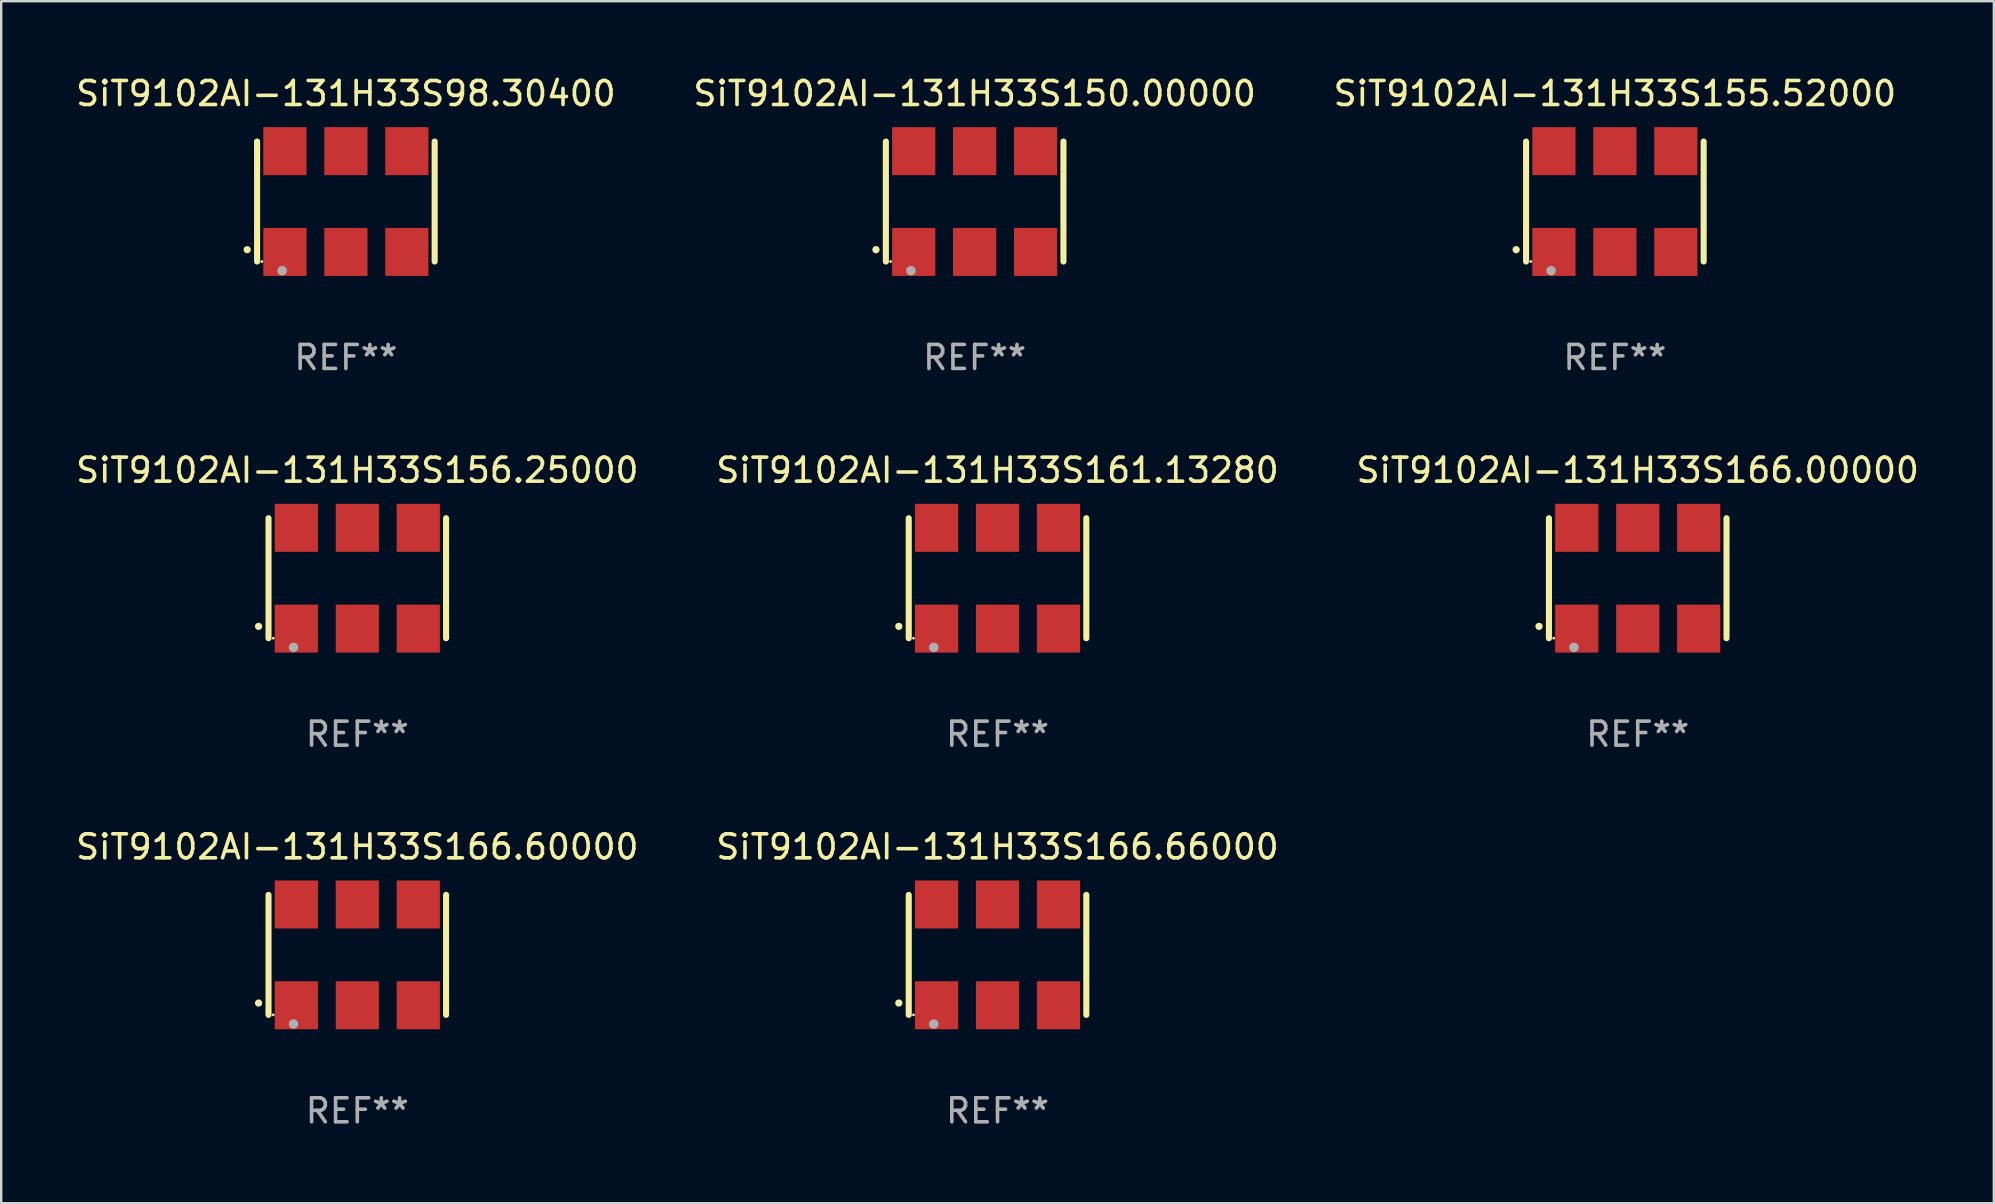
<source format=kicad_pcb>
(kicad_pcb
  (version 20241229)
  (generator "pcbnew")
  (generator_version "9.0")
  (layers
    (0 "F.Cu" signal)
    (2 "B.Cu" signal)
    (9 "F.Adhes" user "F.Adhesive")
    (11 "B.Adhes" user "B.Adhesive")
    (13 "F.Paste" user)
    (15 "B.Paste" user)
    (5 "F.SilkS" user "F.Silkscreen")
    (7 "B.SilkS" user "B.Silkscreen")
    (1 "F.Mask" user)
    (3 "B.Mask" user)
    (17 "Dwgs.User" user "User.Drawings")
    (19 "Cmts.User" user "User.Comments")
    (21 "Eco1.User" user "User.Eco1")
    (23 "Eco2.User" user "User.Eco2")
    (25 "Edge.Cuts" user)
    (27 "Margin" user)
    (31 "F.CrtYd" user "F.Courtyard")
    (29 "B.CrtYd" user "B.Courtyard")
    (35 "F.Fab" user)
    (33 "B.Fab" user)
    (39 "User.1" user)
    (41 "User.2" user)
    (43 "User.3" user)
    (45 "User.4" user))
  (footprint "SiT9102AI-131H33S155.52000"
    (layer "F.Cu")
    (at 64.244 5.348)
    (property "Reference" "SiT9102AI-131H33S155.52000" (at 0 -4.5 0) (layer "F.SilkS") (effects (font (size 1 1) (thickness 0.15))))
    (attr through_hole)
    (fp_line (start -3.7 -2.5) (end -3.7 2.5) (stroke (width 0.254) (type solid)) (layer "F.SilkS"))
    (fp_line (start 3.7 -2.5) (end 3.7 2.5) (stroke (width 0.254) (type solid)) (layer "F.SilkS"))
    (fp_arc (start -4.114415 2.006604) (mid -4.113145 2.006599) (end -4.111875 2.006604) (stroke (width 0.3) (type solid)) (layer "F.SilkS"))
    (fp_circle (center -3.502 2.5) (end -3.472 2.5) (stroke (width 0.06) (type solid)) (fill no) (layer "F.SilkS"))
    (fp_circle (center -2.657 2.882) (end -2.557 2.882) (stroke (width 0.2) (type solid)) (fill no) (layer "F.Fab"))
    (fp_text user "REF**" (at 0 6.5 0) (layer "F.Fab") (effects (font (size 1 1) (thickness 0.15))))
    (pad "1" smd rect (at -2.54 2.1) (size 1.8 2) (layers "F.Cu" "F.Mask" "F.Paste"))
    (pad "2" smd rect (at 0.000394 2.1) (size 1.8 2) (layers "F.Cu" "F.Mask" "F.Paste"))
    (pad "3" smd rect (at 2.54 2.1) (size 1.8 2) (layers "F.Cu" "F.Mask" "F.Paste"))
    (pad "4" smd rect (at 2.54 -2.1) (size 1.8 2) (layers "F.Cu" "F.Mask" "F.Paste"))
    (pad "5" smd rect (at 0.000394 -2.1) (size 1.8 2) (layers "F.Cu" "F.Mask" "F.Paste"))
    (pad "6" smd rect (at -2.54 -2.1) (size 1.8 2) (layers "F.Cu" "F.Mask" "F.Paste")))
  (footprint "SiT9102AI-131H33S98.30400"
    (layer "F.Cu")
    (at 11.363 5.348)
    (property "Reference" "SiT9102AI-131H33S98.30400" (at 0 -4.5 0) (layer "F.SilkS") (effects (font (size 1 1) (thickness 0.15))))
    (attr through_hole)
    (fp_line (start -3.7 -2.5) (end -3.7 2.5) (stroke (width 0.254) (type solid)) (layer "F.SilkS"))
    (fp_line (start 3.7 -2.5) (end 3.7 2.5) (stroke (width 0.254) (type solid)) (layer "F.SilkS"))
    (fp_arc (start -4.114415 2.006604) (mid -4.113145 2.006599) (end -4.111875 2.006604) (stroke (width 0.3) (type solid)) (layer "F.SilkS"))
    (fp_circle (center -3.502 2.5) (end -3.472 2.5) (stroke (width 0.06) (type solid)) (fill no) (layer "F.SilkS"))
    (fp_circle (center -2.657 2.882) (end -2.557 2.882) (stroke (width 0.2) (type solid)) (fill no) (layer "F.Fab"))
    (fp_text user "REF**" (at 0 6.5 0) (layer "F.Fab") (effects (font (size 1 1) (thickness 0.15))))
    (pad "1" smd rect (at -2.54 2.1) (size 1.8 2) (layers "F.Cu" "F.Mask" "F.Paste"))
    (pad "2" smd rect (at 0.000394 2.1) (size 1.8 2) (layers "F.Cu" "F.Mask" "F.Paste"))
    (pad "3" smd rect (at 2.54 2.1) (size 1.8 2) (layers "F.Cu" "F.Mask" "F.Paste"))
    (pad "4" smd rect (at 2.54 -2.1) (size 1.8 2) (layers "F.Cu" "F.Mask" "F.Paste"))
    (pad "5" smd rect (at 0.000394 -2.1) (size 1.8 2) (layers "F.Cu" "F.Mask" "F.Paste"))
    (pad "6" smd rect (at -2.54 -2.1) (size 1.8 2) (layers "F.Cu" "F.Mask" "F.Paste")))
  (footprint "SiT9102AI-131H33S166.66000"
    (layer "F.Cu")
    (at 38.518 36.741)
    (property "Reference" "SiT9102AI-131H33S166.66000" (at 0 -4.5 0) (layer "F.SilkS") (effects (font (size 1 1) (thickness 0.15))))
    (attr through_hole)
    (fp_line (start -3.7 -2.5) (end -3.7 2.5) (stroke (width 0.254) (type solid)) (layer "F.SilkS"))
    (fp_line (start 3.7 -2.5) (end 3.7 2.5) (stroke (width 0.254) (type solid)) (layer "F.SilkS"))
    (fp_arc (start -4.114415 2.006604) (mid -4.113145 2.006599) (end -4.111875 2.006604) (stroke (width 0.3) (type solid)) (layer "F.SilkS"))
    (fp_circle (center -3.502 2.5) (end -3.472 2.5) (stroke (width 0.06) (type solid)) (fill no) (layer "F.SilkS"))
    (fp_circle (center -2.657 2.882) (end -2.557 2.882) (stroke (width 0.2) (type solid)) (fill no) (layer "F.Fab"))
    (fp_text user "REF**" (at 0 6.5 0) (layer "F.Fab") (effects (font (size 1 1) (thickness 0.15))))
    (pad "1" smd rect (at -2.54 2.1) (size 1.8 2) (layers "F.Cu" "F.Mask" "F.Paste"))
    (pad "2" smd rect (at 0.000394 2.1) (size 1.8 2) (layers "F.Cu" "F.Mask" "F.Paste"))
    (pad "3" smd rect (at 2.54 2.1) (size 1.8 2) (layers "F.Cu" "F.Mask" "F.Paste"))
    (pad "4" smd rect (at 2.54 -2.1) (size 1.8 2) (layers "F.Cu" "F.Mask" "F.Paste"))
    (pad "5" smd rect (at 0.000394 -2.1) (size 1.8 2) (layers "F.Cu" "F.Mask" "F.Paste"))
    (pad "6" smd rect (at -2.54 -2.1) (size 1.8 2) (layers "F.Cu" "F.Mask" "F.Paste")))
  (footprint "SiT9102AI-131H33S166.00000"
    (layer "F.Cu")
    (at 65.196 21.045)
    (property "Reference" "SiT9102AI-131H33S166.00000" (at 0 -4.5 0) (layer "F.SilkS") (effects (font (size 1 1) (thickness 0.15))))
    (attr through_hole)
    (fp_line (start -3.7 -2.5) (end -3.7 2.5) (stroke (width 0.254) (type solid)) (layer "F.SilkS"))
    (fp_line (start 3.7 -2.5) (end 3.7 2.5) (stroke (width 0.254) (type solid)) (layer "F.SilkS"))
    (fp_arc (start -4.114415 2.006604) (mid -4.113145 2.006599) (end -4.111875 2.006604) (stroke (width 0.3) (type solid)) (layer "F.SilkS"))
    (fp_circle (center -3.502 2.5) (end -3.472 2.5) (stroke (width 0.06) (type solid)) (fill no) (layer "F.SilkS"))
    (fp_circle (center -2.657 2.882) (end -2.557 2.882) (stroke (width 0.2) (type solid)) (fill no) (layer "F.Fab"))
    (fp_text user "REF**" (at 0 6.5 0) (layer "F.Fab") (effects (font (size 1 1) (thickness 0.15))))
    (pad "1" smd rect (at -2.54 2.1) (size 1.8 2) (layers "F.Cu" "F.Mask" "F.Paste"))
    (pad "2" smd rect (at 0.000394 2.1) (size 1.8 2) (layers "F.Cu" "F.Mask" "F.Paste"))
    (pad "3" smd rect (at 2.54 2.1) (size 1.8 2) (layers "F.Cu" "F.Mask" "F.Paste"))
    (pad "4" smd rect (at 2.54 -2.1) (size 1.8 2) (layers "F.Cu" "F.Mask" "F.Paste"))
    (pad "5" smd rect (at 0.000394 -2.1) (size 1.8 2) (layers "F.Cu" "F.Mask" "F.Paste"))
    (pad "6" smd rect (at -2.54 -2.1) (size 1.8 2) (layers "F.Cu" "F.Mask" "F.Paste")))
  (footprint "SiT9102AI-131H33S161.13280"
    (layer "F.Cu")
    (at 38.518 21.045)
    (property "Reference" "SiT9102AI-131H33S161.13280" (at 0 -4.5 0) (layer "F.SilkS") (effects (font (size 1 1) (thickness 0.15))))
    (attr through_hole)
    (fp_line (start -3.7 -2.5) (end -3.7 2.5) (stroke (width 0.254) (type solid)) (layer "F.SilkS"))
    (fp_line (start 3.7 -2.5) (end 3.7 2.5) (stroke (width 0.254) (type solid)) (layer "F.SilkS"))
    (fp_arc (start -4.114415 2.006604) (mid -4.113145 2.006599) (end -4.111875 2.006604) (stroke (width 0.3) (type solid)) (layer "F.SilkS"))
    (fp_circle (center -3.502 2.5) (end -3.472 2.5) (stroke (width 0.06) (type solid)) (fill no) (layer "F.SilkS"))
    (fp_circle (center -2.657 2.882) (end -2.557 2.882) (stroke (width 0.2) (type solid)) (fill no) (layer "F.Fab"))
    (fp_text user "REF**" (at 0 6.5 0) (layer "F.Fab") (effects (font (size 1 1) (thickness 0.15))))
    (pad "1" smd rect (at -2.54 2.1) (size 1.8 2) (layers "F.Cu" "F.Mask" "F.Paste"))
    (pad "2" smd rect (at 0.000394 2.1) (size 1.8 2) (layers "F.Cu" "F.Mask" "F.Paste"))
    (pad "3" smd rect (at 2.54 2.1) (size 1.8 2) (layers "F.Cu" "F.Mask" "F.Paste"))
    (pad "4" smd rect (at 2.54 -2.1) (size 1.8 2) (layers "F.Cu" "F.Mask" "F.Paste"))
    (pad "5" smd rect (at 0.000394 -2.1) (size 1.8 2) (layers "F.Cu" "F.Mask" "F.Paste"))
    (pad "6" smd rect (at -2.54 -2.1) (size 1.8 2) (layers "F.Cu" "F.Mask" "F.Paste")))
  (footprint "SiT9102AI-131H33S166.60000"
    (layer "F.Cu")
    (at 11.839 36.741)
    (property "Reference" "SiT9102AI-131H33S166.60000" (at 0 -4.5 0) (layer "F.SilkS") (effects (font (size 1 1) (thickness 0.15))))
    (attr through_hole)
    (fp_line (start -3.7 -2.5) (end -3.7 2.5) (stroke (width 0.254) (type solid)) (layer "F.SilkS"))
    (fp_line (start 3.7 -2.5) (end 3.7 2.5) (stroke (width 0.254) (type solid)) (layer "F.SilkS"))
    (fp_arc (start -4.114415 2.006604) (mid -4.113145 2.006599) (end -4.111875 2.006604) (stroke (width 0.3) (type solid)) (layer "F.SilkS"))
    (fp_circle (center -3.502 2.5) (end -3.472 2.5) (stroke (width 0.06) (type solid)) (fill no) (layer "F.SilkS"))
    (fp_circle (center -2.657 2.882) (end -2.557 2.882) (stroke (width 0.2) (type solid)) (fill no) (layer "F.Fab"))
    (fp_text user "REF**" (at 0 6.5 0) (layer "F.Fab") (effects (font (size 1 1) (thickness 0.15))))
    (pad "1" smd rect (at -2.54 2.1) (size 1.8 2) (layers "F.Cu" "F.Mask" "F.Paste"))
    (pad "2" smd rect (at 0.000394 2.1) (size 1.8 2) (layers "F.Cu" "F.Mask" "F.Paste"))
    (pad "3" smd rect (at 2.54 2.1) (size 1.8 2) (layers "F.Cu" "F.Mask" "F.Paste"))
    (pad "4" smd rect (at 2.54 -2.1) (size 1.8 2) (layers "F.Cu" "F.Mask" "F.Paste"))
    (pad "5" smd rect (at 0.000394 -2.1) (size 1.8 2) (layers "F.Cu" "F.Mask" "F.Paste"))
    (pad "6" smd rect (at -2.54 -2.1) (size 1.8 2) (layers "F.Cu" "F.Mask" "F.Paste")))
  (footprint "SiT9102AI-131H33S150.00000"
    (layer "F.Cu")
    (at 37.565 5.348)
    (property "Reference" "SiT9102AI-131H33S150.00000" (at 0 -4.5 0) (layer "F.SilkS") (effects (font (size 1 1) (thickness 0.15))))
    (attr through_hole)
    (fp_line (start -3.7 -2.5) (end -3.7 2.5) (stroke (width 0.254) (type solid)) (layer "F.SilkS"))
    (fp_line (start 3.7 -2.5) (end 3.7 2.5) (stroke (width 0.254) (type solid)) (layer "F.SilkS"))
    (fp_arc (start -4.114415 2.006604) (mid -4.113145 2.006599) (end -4.111875 2.006604) (stroke (width 0.3) (type solid)) (layer "F.SilkS"))
    (fp_circle (center -3.502 2.5) (end -3.472 2.5) (stroke (width 0.06) (type solid)) (fill no) (layer "F.SilkS"))
    (fp_circle (center -2.657 2.882) (end -2.557 2.882) (stroke (width 0.2) (type solid)) (fill no) (layer "F.Fab"))
    (fp_text user "REF**" (at 0 6.5 0) (layer "F.Fab") (effects (font (size 1 1) (thickness 0.15))))
    (pad "1" smd rect (at -2.54 2.1) (size 1.8 2) (layers "F.Cu" "F.Mask" "F.Paste"))
    (pad "2" smd rect (at 0.000394 2.1) (size 1.8 2) (layers "F.Cu" "F.Mask" "F.Paste"))
    (pad "3" smd rect (at 2.54 2.1) (size 1.8 2) (layers "F.Cu" "F.Mask" "F.Paste"))
    (pad "4" smd rect (at 2.54 -2.1) (size 1.8 2) (layers "F.Cu" "F.Mask" "F.Paste"))
    (pad "5" smd rect (at 0.000394 -2.1) (size 1.8 2) (layers "F.Cu" "F.Mask" "F.Paste"))
    (pad "6" smd rect (at -2.54 -2.1) (size 1.8 2) (layers "F.Cu" "F.Mask" "F.Paste")))
  (footprint "SiT9102AI-131H33S156.25000"
    (layer "F.Cu")
    (at 11.839 21.045)
    (property "Reference" "SiT9102AI-131H33S156.25000" (at 0 -4.5 0) (layer "F.SilkS") (effects (font (size 1 1) (thickness 0.15))))
    (attr through_hole)
    (fp_line (start -3.7 -2.5) (end -3.7 2.5) (stroke (width 0.254) (type solid)) (layer "F.SilkS"))
    (fp_line (start 3.7 -2.5) (end 3.7 2.5) (stroke (width 0.254) (type solid)) (layer "F.SilkS"))
    (fp_arc (start -4.114415 2.006604) (mid -4.113145 2.006599) (end -4.111875 2.006604) (stroke (width 0.3) (type solid)) (layer "F.SilkS"))
    (fp_circle (center -3.502 2.5) (end -3.472 2.5) (stroke (width 0.06) (type solid)) (fill no) (layer "F.SilkS"))
    (fp_circle (center -2.657 2.882) (end -2.557 2.882) (stroke (width 0.2) (type solid)) (fill no) (layer "F.Fab"))
    (fp_text user "REF**" (at 0 6.5 0) (layer "F.Fab") (effects (font (size 1 1) (thickness 0.15))))
    (pad "1" smd rect (at -2.54 2.1) (size 1.8 2) (layers "F.Cu" "F.Mask" "F.Paste"))
    (pad "2" smd rect (at 0.000394 2.1) (size 1.8 2) (layers "F.Cu" "F.Mask" "F.Paste"))
    (pad "3" smd rect (at 2.54 2.1) (size 1.8 2) (layers "F.Cu" "F.Mask" "F.Paste"))
    (pad "4" smd rect (at 2.54 -2.1) (size 1.8 2) (layers "F.Cu" "F.Mask" "F.Paste"))
    (pad "5" smd rect (at 0.000394 -2.1) (size 1.8 2) (layers "F.Cu" "F.Mask" "F.Paste"))
    (pad "6" smd rect (at -2.54 -2.1) (size 1.8 2) (layers "F.Cu" "F.Mask" "F.Paste")))
  (gr_rect
    (start -3 -3)
    (end 80.036 47.09)
    (stroke (width 0.1) (type default))
    (fill no)
    (layer "Edge.Cuts")))
</source>
